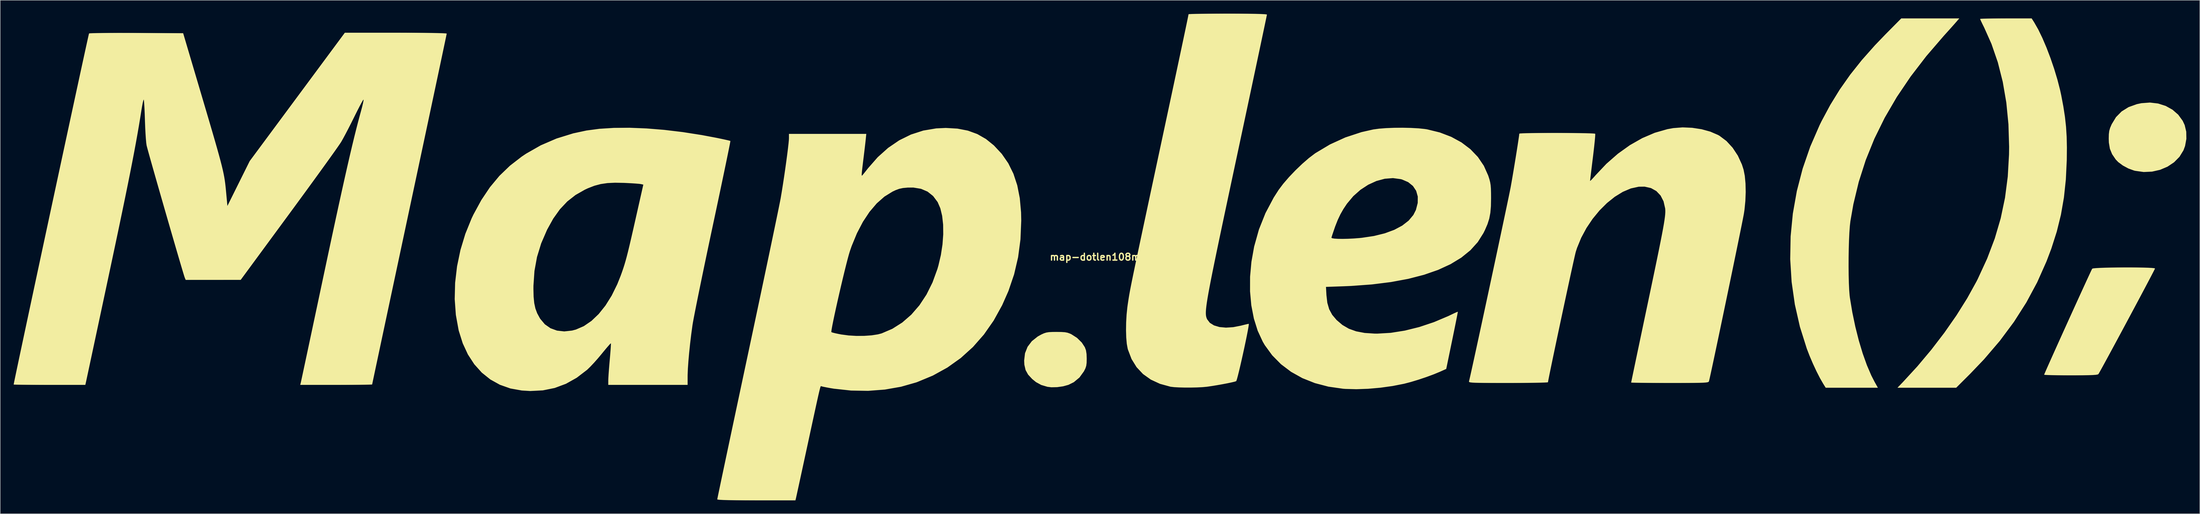
<source format=kicad_pcb>
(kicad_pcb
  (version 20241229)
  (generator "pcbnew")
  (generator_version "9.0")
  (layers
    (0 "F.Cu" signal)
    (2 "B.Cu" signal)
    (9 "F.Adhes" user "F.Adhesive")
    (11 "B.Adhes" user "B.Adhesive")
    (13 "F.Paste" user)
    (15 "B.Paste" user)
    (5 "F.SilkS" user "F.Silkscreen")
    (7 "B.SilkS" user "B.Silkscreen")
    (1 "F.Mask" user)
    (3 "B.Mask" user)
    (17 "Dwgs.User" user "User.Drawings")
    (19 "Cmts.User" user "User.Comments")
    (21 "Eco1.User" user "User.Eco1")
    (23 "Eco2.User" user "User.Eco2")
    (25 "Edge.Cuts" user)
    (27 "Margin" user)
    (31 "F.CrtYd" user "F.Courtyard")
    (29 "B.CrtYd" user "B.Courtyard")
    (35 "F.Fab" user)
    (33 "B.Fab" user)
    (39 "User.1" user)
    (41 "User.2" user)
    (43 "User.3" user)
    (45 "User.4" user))
  (footprint "map-dotlen108mm"
    (layer "F.Cu")
    (at 242.474 54.429)
    (property "Reference" "map-dotlen108mm" (at 0 0 0) (layer "F.SilkS") (effects (font (size 1.524 1.524) (thickness 0.3))))
    (attr board_only exclude_from_pos_files exclude_from_bom)
    (fp_poly (pts (xy 236.326 -34.328) (xy 238.024 -33.787) (xy 239.541 -32.945) (xy 240.823 -31.831) (xy 241.816 -30.472) (xy 242.266 -29.508) (xy 242.617 -28.031) (xy 242.644 -26.424) (xy 242.353 -24.827) (xy 241.996 -23.86) (xy 241.106 -22.41) (xy 239.898 -21.184) (xy 238.434 -20.205) (xy 236.774 -19.5) (xy 234.978 -19.093) (xy 233.108 -19.007) (xy 231.222 -19.27) (xy 230.948 -19.339) (xy 229.694 -19.795) (xy 228.474 -20.453) (xy 227.432 -21.224) (xy 226.867 -21.808) (xy 226.06 -22.999) (xy 225.566 -24.209) (xy 225.338 -25.579) (xy 225.308 -26.47) (xy 225.331 -27.458) (xy 225.421 -28.199) (xy 225.615 -28.871) (xy 225.95 -29.654) (xy 225.974 -29.704) (xy 226.931 -31.282) (xy 228.186 -32.554) (xy 229.737 -33.522) (xy 231.589 -34.187) (xy 232.599 -34.401) (xy 234.499 -34.542)) (stroke (width 0) (type solid)) (fill yes) (layer "F.SilkS"))
    (fp_poly (pts (xy -8.532 16.771) (xy -7.763 16.823) (xy -7.177 16.933) (xy -6.65 17.121) (xy -6.306 17.282) (xy -5.043 18.092) (xy -3.982 19.139) (xy -3.304 20.178) (xy -3.052 20.86) (xy -2.92 21.707) (xy -2.884 22.732) (xy -2.903 23.665) (xy -2.99 24.339) (xy -3.179 24.919) (xy -3.509 25.573) (xy -3.515 25.583) (xy -4.501 26.948) (xy -5.759 27.995) (xy -6.963 28.593) (xy -8.154 28.923) (xy -9.491 29.11) (xy -10.784 29.138) (xy -11.653 29.034) (xy -13.039 28.622) (xy -14.208 27.983) (xy -15.067 27.284) (xy -15.974 26.301) (xy -16.535 25.284) (xy -16.807 24.103) (xy -16.855 23.159) (xy -16.664 21.529) (xy -16.088 20.08) (xy -15.138 18.826) (xy -13.82 17.779) (xy -13.02 17.334) (xy -12.435 17.067) (xy -11.903 16.897) (xy -11.3 16.803) (xy -10.499 16.764) (xy -9.605 16.757)) (stroke (width 0) (type solid)) (fill yes) (layer "F.SilkS"))
    (fp_poly (pts (xy 191.221 -52.525) (xy 190.805 -52.05) (xy 190.18 -51.348) (xy 189.428 -50.508) (xy 188.627 -49.62) (xy 188.503 -49.484) (xy 184.584 -44.926) (xy 181.083 -40.362) (xy 177.988 -35.775) (xy 175.292 -31.144) (xy 172.984 -26.451) (xy 171.054 -21.677) (xy 169.494 -16.801) (xy 168.293 -11.807) (xy 167.627 -8.004) (xy 167.501 -6.887) (xy 167.398 -5.435) (xy 167.318 -3.728) (xy 167.262 -1.846) (xy 167.23 0.129) (xy 167.223 2.119) (xy 167.241 4.042) (xy 167.286 5.818) (xy 167.357 7.367) (xy 167.454 8.609) (xy 167.511 9.071) (xy 168.056 12.364) (xy 168.727 15.584) (xy 169.504 18.67) (xy 170.371 21.56) (xy 171.309 24.192) (xy 172.299 26.503) (xy 173.02 27.908) (xy 173.765 29.242) (xy 167.939 29.242) (xy 162.112 29.241) (xy 161.547 28.334) (xy 160.828 27.081) (xy 160.044 25.542) (xy 159.252 23.838) (xy 158.508 22.093) (xy 157.891 20.49) (xy 156.353 15.6) (xy 155.225 10.62) (xy 154.505 5.575) (xy 154.191 0.489) (xy 154.282 -4.612) (xy 154.776 -9.705) (xy 155.671 -14.764) (xy 156.967 -19.765) (xy 158.661 -24.682) (xy 160.751 -29.492) (xy 161.205 -30.416) (xy 163.134 -34.014) (xy 165.24 -37.44) (xy 167.571 -40.76) (xy 170.174 -44.038) (xy 173.099 -47.341) (xy 175.447 -49.786) (xy 178.983 -53.361) (xy 191.943 -53.361)) (stroke (width 0) (type solid)) (fill yes) (layer "F.SilkS"))
    (fp_poly (pts (xy 208.679 -52.454) (xy 209.573 -50.884) (xy 210.497 -48.976) (xy 211.418 -46.815) (xy 212.305 -44.485) (xy 213.128 -42.072) (xy 213.853 -39.66) (xy 214.451 -37.334) (xy 214.702 -36.179) (xy 215.178 -33.653) (xy 215.533 -31.347) (xy 215.775 -29.132) (xy 215.917 -26.883) (xy 215.969 -24.472) (xy 215.942 -21.771) (xy 215.94 -21.665) (xy 215.735 -17.352) (xy 215.307 -13.316) (xy 214.638 -9.458) (xy 213.707 -5.678) (xy 212.495 -1.879) (xy 211.407 0.998) (xy 209.334 5.661) (xy 206.921 10.156) (xy 204.15 14.508) (xy 201.003 18.744) (xy 197.464 22.889) (xy 194.401 26.094) (xy 191.25 29.242) (xy 178.134 29.242) (xy 179.316 28.015) (xy 182.576 24.465) (xy 185.693 20.746) (xy 188.618 16.924) (xy 191.304 13.065) (xy 193.703 9.235) (xy 195.766 5.5) (xy 196.065 4.909) (xy 198.162 0.355) (xy 199.865 -4.147) (xy 201.189 -8.66) (xy 202.151 -13.25) (xy 202.764 -17.98) (xy 203.044 -22.915) (xy 203.066 -24.653) (xy 202.915 -29.698) (xy 202.441 -34.543) (xy 201.648 -39.166) (xy 200.542 -43.548) (xy 199.124 -47.667) (xy 197.516 -51.276) (xy 197.118 -52.081) (xy 196.805 -52.736) (xy 196.618 -53.152) (xy 196.583 -53.25) (xy 196.787 -53.28) (xy 197.364 -53.306) (xy 198.257 -53.328) (xy 199.412 -53.346) (xy 200.773 -53.357) (xy 202.287 -53.361) (xy 202.344 -53.361) (xy 208.104 -53.361)) (stroke (width 0) (type solid)) (fill yes) (layer "F.SilkS"))
    (fp_poly (pts (xy 230.282 2.332) (xy 231.699 2.344) (xy 232.987 2.367) (xy 234.086 2.401) (xy 234.936 2.447) (xy 235.475 2.505) (xy 235.644 2.567) (xy 235.546 2.785) (xy 235.266 3.338) (xy 234.825 4.189) (xy 234.244 5.297) (xy 233.544 6.625) (xy 232.746 8.131) (xy 231.871 9.778) (xy 230.939 11.526) (xy 229.973 13.335) (xy 228.993 15.167) (xy 228.019 16.982) (xy 227.074 18.742) (xy 226.177 20.406) (xy 225.351 21.936) (xy 224.615 23.292) (xy 223.991 24.436) (xy 223.5 25.327) (xy 223.163 25.927) (xy 223 26.197) (xy 222.997 26.2) (xy 222.822 26.284) (xy 222.421 26.35) (xy 221.757 26.4) (xy 220.794 26.434) (xy 219.495 26.456) (xy 217.825 26.466) (xy 216.834 26.467) (xy 215.29 26.463) (xy 213.895 26.449) (xy 212.704 26.429) (xy 211.769 26.402) (xy 211.146 26.371) (xy 210.888 26.336) (xy 210.884 26.331) (xy 210.97 26.11) (xy 211.214 25.542) (xy 211.598 24.668) (xy 212.104 23.53) (xy 212.713 22.167) (xy 213.406 20.622) (xy 214.165 18.935) (xy 214.971 17.147) (xy 215.806 15.3) (xy 216.65 13.435) (xy 217.486 11.593) (xy 218.294 9.815) (xy 219.056 8.142) (xy 219.754 6.615) (xy 220.368 5.275) (xy 220.881 4.164) (xy 221.273 3.322) (xy 221.526 2.791) (xy 221.618 2.615) (xy 221.874 2.545) (xy 222.488 2.484) (xy 223.399 2.434) (xy 224.546 2.393) (xy 225.869 2.362) (xy 227.306 2.342) (xy 228.797 2.332)) (stroke (width 0) (type solid)) (fill yes) (layer "F.SilkS"))
    (fp_poly (pts (xy 31.031 -54.423) (xy 33.078 -54.408) (xy 34.736 -54.383) (xy 35.996 -54.347) (xy 36.85 -54.302) (xy 37.29 -54.248) (xy 37.353 -54.215) (xy 37.309 -53.985) (xy 37.181 -53.361) (xy 36.974 -52.365) (xy 36.692 -51.02) (xy 36.34 -49.35) (xy 35.924 -47.376) (xy 35.447 -45.123) (xy 34.915 -42.612) (xy 34.333 -39.867) (xy 33.706 -36.91) (xy 33.038 -33.766) (xy 32.334 -30.455) (xy 31.599 -27.002) (xy 30.838 -23.43) (xy 30.61 -22.358) (xy 29.66 -17.899) (xy 28.796 -13.838) (xy 28.014 -10.155) (xy 27.311 -6.83) (xy 26.683 -3.845) (xy 26.127 -1.179) (xy 25.639 1.187) (xy 25.215 3.273) (xy 24.852 5.098) (xy 24.547 6.683) (xy 24.295 8.046) (xy 24.093 9.207) (xy 23.938 10.186) (xy 23.827 11.003) (xy 23.754 11.676) (xy 23.718 12.226) (xy 23.714 12.673) (xy 23.738 13.035) (xy 23.788 13.333) (xy 23.86 13.586) (xy 23.949 13.813) (xy 24.005 13.935) (xy 24.609 14.724) (xy 25.54 15.304) (xy 26.753 15.665) (xy 28.197 15.797) (xy 29.825 15.692) (xy 31.483 15.368) (xy 32.278 15.169) (xy 32.907 15.019) (xy 33.261 14.945) (xy 33.296 14.941) (xy 33.302 15.139) (xy 33.224 15.69) (xy 33.073 16.535) (xy 32.863 17.613) (xy 32.608 18.861) (xy 32.321 20.22) (xy 32.015 21.628) (xy 31.704 23.024) (xy 31.401 24.348) (xy 31.119 25.538) (xy 30.871 26.532) (xy 30.672 27.271) (xy 30.534 27.694) (xy 30.491 27.768) (xy 30.162 27.879) (xy 29.498 28.039) (xy 28.586 28.231) (xy 27.512 28.438) (xy 26.362 28.644) (xy 25.224 28.832) (xy 24.184 28.987) (xy 23.906 29.024) (xy 22.925 29.114) (xy 21.704 29.174) (xy 20.355 29.203) (xy 18.985 29.202) (xy 17.705 29.17) (xy 16.623 29.109) (xy 15.851 29.017) (xy 15.81 29.01) (xy 13.475 28.369) (xy 11.431 27.423) (xy 9.686 26.178) (xy 8.248 24.643) (xy 7.125 22.824) (xy 6.324 20.728) (xy 6.259 20.491) (xy 6.062 19.419) (xy 5.94 18.025) (xy 5.891 16.408) (xy 5.917 14.667) (xy 6.017 12.899) (xy 6.191 11.205) (xy 6.265 10.672) (xy 6.336 10.199) (xy 6.402 9.761) (xy 6.467 9.339) (xy 6.536 8.912) (xy 6.612 8.461) (xy 6.7 7.964) (xy 6.804 7.403) (xy 6.928 6.757) (xy 7.076 6.006) (xy 7.252 5.13) (xy 7.461 4.109) (xy 7.707 2.922) (xy 7.993 1.551) (xy 8.325 -0.026) (xy 8.706 -1.828) (xy 9.14 -3.875) (xy 9.631 -6.188) (xy 10.185 -8.786) (xy 10.804 -11.69) (xy 11.493 -14.92) (xy 12.257 -18.495) (xy 13.098 -22.436) (xy 14.023 -26.762) (xy 14.598 -29.455) (xy 15.473 -33.555) (xy 16.274 -37.307) (xy 16.997 -40.704) (xy 17.642 -43.739) (xy 18.208 -46.406) (xy 18.693 -48.698) (xy 19.095 -50.607) (xy 19.413 -52.128) (xy 19.646 -53.252) (xy 19.792 -53.975) (xy 19.849 -54.287) (xy 19.85 -54.298) (xy 20.056 -54.326) (xy 20.645 -54.352) (xy 21.571 -54.376) (xy 22.789 -54.395) (xy 24.257 -54.411) (xy 25.928 -54.422) (xy 27.758 -54.428) (xy 28.602 -54.429)) (stroke (width 0) (type solid)) (fill yes) (layer "F.SilkS"))
    (fp_poly (pts (xy 69.5 -28.87) (xy 71.19 -28.776) (xy 72.619 -28.626) (xy 73.134 -28.544) (xy 75.951 -27.852) (xy 78.512 -26.872) (xy 80.797 -25.621) (xy 82.785 -24.114) (xy 84.455 -22.367) (xy 85.787 -20.397) (xy 86.758 -18.22) (xy 86.799 -18.098) (xy 87.034 -17.362) (xy 87.197 -16.721) (xy 87.302 -16.07) (xy 87.363 -15.301) (xy 87.39 -14.308) (xy 87.398 -13.127) (xy 87.365 -11.353) (xy 87.238 -9.877) (xy 86.991 -8.578) (xy 86.595 -7.332) (xy 86.026 -6.016) (xy 85.694 -5.345) (xy 84.431 -3.337) (xy 82.784 -1.509) (xy 80.756 0.138) (xy 78.351 1.603) (xy 75.574 2.883) (xy 72.427 3.977) (xy 68.914 4.885) (xy 65.038 5.604) (xy 60.805 6.134) (xy 56.216 6.472) (xy 54.457 6.547) (xy 50.538 6.685) (xy 50.638 8.519) (xy 50.837 10.248) (xy 51.254 11.687) (xy 51.928 12.933) (xy 52.899 14.086) (xy 52.916 14.103) (xy 54.212 15.207) (xy 55.648 16.043) (xy 57.282 16.629) (xy 59.17 16.986) (xy 61.37 17.131) (xy 62.006 17.137) (xy 64.982 16.963) (xy 68.132 16.464) (xy 71.378 15.659) (xy 74.643 14.568) (xy 77.851 13.21) (xy 78.439 12.928) (xy 79.147 12.589) (xy 79.685 12.347) (xy 79.96 12.242) (xy 79.976 12.242) (xy 79.945 12.454) (xy 79.838 13.033) (xy 79.664 13.927) (xy 79.433 15.086) (xy 79.155 16.458) (xy 78.841 17.993) (xy 78.704 18.66) (xy 77.388 25.033) (xy 75.994 25.66) (xy 74.595 26.24) (xy 72.936 26.852) (xy 71.176 27.443) (xy 69.473 27.959) (xy 67.985 28.348) (xy 67.982 28.348) (xy 65.412 28.854) (xy 62.688 29.233) (xy 59.938 29.475) (xy 57.29 29.568) (xy 54.872 29.503) (xy 54.311 29.46) (xy 51.079 28.998) (xy 48.059 28.205) (xy 45.273 27.096) (xy 42.741 25.681) (xy 40.485 23.973) (xy 38.525 21.984) (xy 36.881 19.727) (xy 36.42 18.94) (xy 35.29 16.495) (xy 34.437 13.771) (xy 33.866 10.818) (xy 33.582 7.684) (xy 33.589 4.419) (xy 33.891 1.072) (xy 34.493 -2.308) (xy 34.498 -2.331) (xy 35.055 -4.322) (xy 51.751 -4.322) (xy 51.908 -4.2) (xy 52.424 -4.114) (xy 53.229 -4.065) (xy 54.257 -4.052) (xy 55.441 -4.077) (xy 56.712 -4.139) (xy 58.002 -4.239) (xy 58.529 -4.292) (xy 61.247 -4.698) (xy 63.671 -5.296) (xy 65.782 -6.074) (xy 67.561 -7.023) (xy 68.988 -8.133) (xy 70.044 -9.395) (xy 70.618 -10.527) (xy 71.021 -12.088) (xy 71.034 -13.523) (xy 70.673 -14.799) (xy 69.955 -15.882) (xy 68.896 -16.739) (xy 67.512 -17.338) (xy 67.241 -17.412) (xy 65.487 -17.647) (xy 63.656 -17.501) (xy 61.8 -16.999) (xy 59.977 -16.167) (xy 58.239 -15.031) (xy 56.643 -13.614) (xy 55.242 -11.943) (xy 55.197 -11.879) (xy 54.424 -10.719) (xy 53.758 -9.548) (xy 53.156 -8.271) (xy 52.575 -6.794) (xy 51.973 -5.024) (xy 51.751 -4.322) (xy 35.055 -4.322) (xy 35.567 -6.153) (xy 37.024 -9.812) (xy 38.86 -13.282) (xy 39.974 -15.024) (xy 40.998 -16.385) (xy 42.281 -17.872) (xy 43.729 -19.391) (xy 45.246 -20.845) (xy 46.734 -22.138) (xy 48.097 -23.173) (xy 48.187 -23.234) (xy 51.432 -25.175) (xy 54.873 -26.747) (xy 58.466 -27.93) (xy 61.102 -28.527) (xy 62.397 -28.704) (xy 63.998 -28.827) (xy 65.791 -28.896) (xy 67.662 -28.91)) (stroke (width 0) (type solid)) (fill yes) (layer "F.SilkS"))
    (fp_poly (pts (xy -101.156 -28.753) (xy -97.188 -28.429) (xy -93.066 -27.934) (xy -88.838 -27.271) (xy -85.609 -26.662) (xy -84.519 -26.437) (xy -83.586 -26.236) (xy -82.887 -26.076) (xy -82.497 -25.973) (xy -82.443 -25.951) (xy -82.474 -25.734) (xy -82.588 -25.13) (xy -82.779 -24.166) (xy -83.042 -22.874) (xy -83.369 -21.281) (xy -83.755 -19.418) (xy -84.195 -17.315) (xy -84.68 -15) (xy -85.207 -12.502) (xy -85.768 -9.852) (xy -86.358 -7.079) (xy -86.418 -6.795) (xy -87.026 -3.932) (xy -87.616 -1.133) (xy -88.18 1.567) (xy -88.712 4.131) (xy -89.204 6.524) (xy -89.65 8.711) (xy -90.041 10.656) (xy -90.37 12.323) (xy -90.631 13.676) (xy -90.816 14.68) (xy -90.911 15.261) (xy -91.19 17.317) (xy -91.44 19.404) (xy -91.653 21.438) (xy -91.821 23.333) (xy -91.937 25.004) (xy -91.992 26.366) (xy -91.995 26.711) (xy -91.995 28.602) (xy -109.711 28.602) (xy -109.711 27.615) (xy -109.691 27.069) (xy -109.638 26.194) (xy -109.556 25.087) (xy -109.454 23.843) (xy -109.38 23.001) (xy -109.276 21.806) (xy -109.194 20.768) (xy -109.14 19.957) (xy -109.118 19.444) (xy -109.126 19.297) (xy -109.28 19.426) (xy -109.65 19.833) (xy -110.189 20.462) (xy -110.847 21.257) (xy -111.171 21.656) (xy -112.003 22.652) (xy -112.877 23.639) (xy -113.7 24.514) (xy -114.374 25.173) (xy -114.466 25.254) (xy -116.757 27.009) (xy -119.152 28.354) (xy -121.668 29.292) (xy -124.321 29.831) (xy -127.129 29.974) (xy -129.028 29.86) (xy -131.569 29.404) (xy -133.914 28.575) (xy -136.048 27.388) (xy -137.958 25.854) (xy -139.631 23.987) (xy -141.052 21.8) (xy -142.207 19.307) (xy -143.084 16.52) (xy -143.13 16.333) (xy -143.741 12.96) (xy -143.998 9.422) (xy -143.941 7.15) (xy -126.423 7.15) (xy -126.38 8.895) (xy -126.24 10.317) (xy -125.982 11.515) (xy -125.583 12.586) (xy -125.02 13.628) (xy -124.882 13.849) (xy -123.868 15.056) (xy -122.612 15.933) (xy -121.154 16.466) (xy -119.537 16.644) (xy -117.802 16.454) (xy -116.937 16.227) (xy -115.17 15.462) (xy -113.468 14.296) (xy -111.851 12.753) (xy -110.338 10.857) (xy -108.95 8.633) (xy -107.707 6.104) (xy -106.946 4.202) (xy -106.64 3.353) (xy -106.366 2.553) (xy -106.109 1.752) (xy -105.857 0.897) (xy -105.595 -0.062) (xy -105.311 -1.178) (xy -104.99 -2.502) (xy -104.62 -4.086) (xy -104.186 -5.982) (xy -103.676 -8.24) (xy -103.649 -8.36) (xy -101.885 -16.186) (xy -102.436 -16.311) (xy -102.84 -16.365) (xy -103.579 -16.426) (xy -104.562 -16.491) (xy -105.696 -16.551) (xy -106.189 -16.573) (xy -108.2 -16.613) (xy -109.903 -16.532) (xy -111.405 -16.313) (xy -112.812 -15.936) (xy -114.232 -15.384) (xy -114.94 -15.056) (xy -117.016 -13.871) (xy -118.861 -12.422) (xy -120.51 -10.67) (xy -122 -8.578) (xy -123.367 -6.107) (xy -123.378 -6.083) (xy -124.692 -3.04) (xy -125.623 -0.001) (xy -126.191 3.123) (xy -126.417 6.424) (xy -126.423 7.15) (xy -143.941 7.15) (xy -143.907 5.779) (xy -143.476 2.091) (xy -142.713 -1.583) (xy -141.625 -5.181) (xy -140.221 -8.645) (xy -139.814 -9.498) (xy -138.055 -12.733) (xy -136.136 -15.602) (xy -134.019 -18.149) (xy -131.665 -20.418) (xy -129.039 -22.452) (xy -128.067 -23.105) (xy -124.785 -24.978) (xy -121.27 -26.496) (xy -117.532 -27.655) (xy -114.572 -28.29) (xy -111.68 -28.675) (xy -108.449 -28.878) (xy -104.925 -28.904)) (stroke (width 0) (type solid)) (fill yes) (layer "F.SilkS"))
    (fp_poly (pts (xy -31.758 -28.716) (xy -29.423 -28.264) (xy -27.313 -27.494) (xy -25.381 -26.387) (xy -23.611 -24.956) (xy -21.847 -23.062) (xy -20.394 -20.957) (xy -19.245 -18.621) (xy -18.392 -16.03) (xy -17.828 -13.162) (xy -17.543 -9.996) (xy -17.503 -8.131) (xy -17.675 -3.943) (xy -18.202 0.042) (xy -19.094 3.877) (xy -20.364 7.613) (xy -21.762 10.779) (xy -23.661 14.221) (xy -25.837 17.339) (xy -28.285 20.13) (xy -31.004 22.593) (xy -33.99 24.723) (xy -37.24 26.519) (xy -40.751 27.978) (xy -40.95 28.048) (xy -44.352 29.019) (xy -47.953 29.65) (xy -51.693 29.935) (xy -55.508 29.871) (xy -59.337 29.454) (xy -60.024 29.341) (xy -60.897 29.182) (xy -61.606 29.041) (xy -62.049 28.937) (xy -62.14 28.905) (xy -62.184 28.877) (xy -62.225 28.872) (xy -62.272 28.92) (xy -62.33 29.052) (xy -62.407 29.298) (xy -62.51 29.689) (xy -62.647 30.255) (xy -62.824 31.027) (xy -63.049 32.035) (xy -63.329 33.31) (xy -63.671 34.882) (xy -64.083 36.782) (xy -64.571 39.04) (xy -65.105 41.515) (xy -65.582 43.723) (xy -66.035 45.815) (xy -66.454 47.753) (xy -66.832 49.498) (xy -67.161 51.01) (xy -67.431 52.251) (xy -67.634 53.182) (xy -67.762 53.764) (xy -67.804 53.948) (xy -67.922 54.429) (xy -76.65 54.429) (xy -79.116 54.424) (xy -81.162 54.409) (xy -82.795 54.384) (xy -84.024 54.349) (xy -84.856 54.304) (xy -85.297 54.248) (xy -85.378 54.205) (xy -85.334 53.974) (xy -85.207 53.349) (xy -85 52.352) (xy -84.718 51.005) (xy -84.367 49.332) (xy -83.95 47.355) (xy -83.474 45.098) (xy -82.942 42.582) (xy -82.36 39.83) (xy -81.732 36.867) (xy -81.064 33.713) (xy -80.359 30.392) (xy -79.623 26.926) (xy -78.861 23.339) (xy -78.559 21.921) (xy -77.777 18.239) (xy -77.445 16.676) (xy -59.906 16.676) (xy -59.898 16.8) (xy -59.631 16.904) (xy -59.043 17.054) (xy -58.232 17.226) (xy -57.671 17.332) (xy -56.058 17.547) (xy -54.317 17.648) (xy -52.564 17.638) (xy -50.914 17.521) (xy -49.482 17.299) (xy -48.666 17.082) (xy -46.282 16.058) (xy -44.072 14.656) (xy -42.054 12.899) (xy -40.244 10.806) (xy -38.658 8.396) (xy -37.315 5.691) (xy -36.231 2.71) (xy -36.001 1.921) (xy -35.447 -0.444) (xy -35.087 -2.8) (xy -34.92 -5.085) (xy -34.945 -7.235) (xy -35.161 -9.191) (xy -35.568 -10.889) (xy -36.165 -12.268) (xy -36.184 -12.301) (xy -37.186 -13.639) (xy -38.419 -14.622) (xy -39.887 -15.252) (xy -41.595 -15.531) (xy -42.859 -15.525) (xy -43.908 -15.427) (xy -44.744 -15.251) (xy -45.578 -14.94) (xy -46.249 -14.623) (xy -48.054 -13.505) (xy -49.768 -11.99) (xy -51.373 -10.103) (xy -52.853 -7.868) (xy -54.19 -5.307) (xy -55.368 -2.446) (xy -55.777 -1.263) (xy -55.994 -0.541) (xy -56.27 0.473) (xy -56.593 1.729) (xy -56.952 3.174) (xy -57.335 4.757) (xy -57.73 6.426) (xy -58.125 8.13) (xy -58.509 9.816) (xy -58.869 11.434) (xy -59.194 12.931) (xy -59.472 14.255) (xy -59.691 15.355) (xy -59.839 16.179) (xy -59.906 16.676) (xy -77.445 16.676) (xy -77.013 14.635) (xy -76.272 11.137) (xy -75.561 7.768) (xy -74.884 4.555) (xy -74.247 1.524) (xy -73.654 -1.301) (xy -73.113 -3.893) (xy -72.627 -6.227) (xy -72.202 -8.277) (xy -71.843 -10.019) (xy -71.557 -11.426) (xy -71.347 -12.473) (xy -71.22 -13.134) (xy -71.203 -13.234) (xy -70.959 -14.683) (xy -70.705 -16.284) (xy -70.449 -17.97) (xy -70.201 -19.675) (xy -69.969 -21.334) (xy -69.763 -22.882) (xy -69.591 -24.252) (xy -69.463 -25.38) (xy -69.387 -26.199) (xy -69.37 -26.56) (xy -69.37 -27.534) (xy -52.101 -27.534) (xy -52.214 -26.414) (xy -52.286 -25.743) (xy -52.396 -24.786) (xy -52.528 -23.678) (xy -52.643 -22.732) (xy -52.831 -21.203) (xy -52.97 -20.05) (xy -53.063 -19.222) (xy -53.113 -18.672) (xy -53.126 -18.352) (xy -53.105 -18.211) (xy -53.054 -18.202) (xy -53 -18.25) (xy -52.78 -18.51) (xy -52.375 -19.012) (xy -51.863 -19.659) (xy -51.713 -19.85) (xy -49.547 -22.324) (xy -47.223 -24.407) (xy -44.749 -26.096) (xy -42.13 -27.387) (xy -39.374 -28.279) (xy -36.485 -28.766) (xy -34.365 -28.865)) (stroke (width 0) (type solid)) (fill yes) (layer "F.SilkS"))
    (fp_poly (pts (xy 132.292 -28.899) (xy 134.396 -28.575) (xy 136.353 -28.036) (xy 138.056 -27.3) (xy 138.423 -27.092) (xy 139.96 -25.934) (xy 141.336 -24.434) (xy 142.501 -22.663) (xy 143.406 -20.692) (xy 143.779 -19.53) (xy 144.052 -18.132) (xy 144.21 -16.431) (xy 144.253 -14.537) (xy 144.178 -12.558) (xy 143.986 -10.602) (xy 143.866 -9.795) (xy 143.771 -9.268) (xy 143.598 -8.378) (xy 143.356 -7.161) (xy 143.052 -5.655) (xy 142.695 -3.898) (xy 142.293 -1.927) (xy 141.852 0.219) (xy 141.382 2.503) (xy 140.889 4.887) (xy 140.382 7.334) (xy 139.868 9.805) (xy 139.356 12.264) (xy 138.854 14.671) (xy 138.368 16.99) (xy 137.907 19.183) (xy 137.479 21.212) (xy 137.092 23.039) (xy 136.753 24.627) (xy 136.47 25.937) (xy 136.252 26.933) (xy 136.105 27.575) (xy 136.048 27.801) (xy 135.997 27.894) (xy 135.877 27.971) (xy 135.652 28.032) (xy 135.28 28.079) (xy 134.725 28.115) (xy 133.945 28.141) (xy 132.903 28.158) (xy 131.56 28.168) (xy 129.876 28.173) (xy 127.813 28.175) (xy 127.306 28.175) (xy 125.433 28.172) (xy 123.701 28.166) (xy 122.153 28.155) (xy 120.835 28.142) (xy 119.791 28.125) (xy 119.067 28.106) (xy 118.707 28.086) (xy 118.676 28.077) (xy 118.719 27.858) (xy 118.843 27.253) (xy 119.042 26.294) (xy 119.309 25.014) (xy 119.637 23.444) (xy 120.019 21.617) (xy 120.45 19.564) (xy 120.922 17.317) (xy 121.428 14.909) (xy 121.961 12.372) (xy 122.081 11.802) (xy 122.808 8.349) (xy 123.449 5.287) (xy 124.011 2.59) (xy 124.498 0.233) (xy 124.915 -1.81) (xy 125.266 -3.566) (xy 125.557 -5.061) (xy 125.793 -6.321) (xy 125.977 -7.371) (xy 126.115 -8.238) (xy 126.212 -8.948) (xy 126.273 -9.526) (xy 126.301 -9.999) (xy 126.303 -10.393) (xy 126.283 -10.733) (xy 126.269 -10.869) (xy 125.907 -12.453) (xy 125.242 -13.753) (xy 124.298 -14.748) (xy 123.103 -15.416) (xy 121.684 -15.735) (xy 120.367 -15.72) (xy 118.608 -15.336) (xy 116.814 -14.572) (xy 115.025 -13.47) (xy 113.279 -12.07) (xy 111.618 -10.412) (xy 110.079 -8.538) (xy 108.702 -6.488) (xy 107.526 -4.304) (xy 106.592 -2.025) (xy 106.317 -1.174) (xy 106.22 -0.789) (xy 106.047 -0.04) (xy 105.807 1.032) (xy 105.509 2.383) (xy 105.161 3.973) (xy 104.774 5.76) (xy 104.355 7.702) (xy 103.914 9.757) (xy 103.46 11.883) (xy 103 14.038) (xy 102.545 16.181) (xy 102.103 18.27) (xy 101.684 20.263) (xy 101.295 22.119) (xy 100.946 23.795) (xy 100.646 25.249) (xy 100.403 26.44) (xy 100.227 27.327) (xy 100.127 27.866) (xy 100.106 28.014) (xy 99.9 28.049) (xy 99.311 28.08) (xy 98.384 28.109) (xy 97.164 28.133) (xy 95.693 28.153) (xy 94.018 28.167) (xy 92.181 28.174) (xy 91.234 28.175) (xy 89.053 28.174) (xy 87.263 28.17) (xy 85.824 28.162) (xy 84.7 28.148) (xy 83.853 28.127) (xy 83.246 28.096) (xy 82.84 28.054) (xy 82.6 28) (xy 82.486 27.932) (xy 82.463 27.849) (xy 82.473 27.801) (xy 82.558 27.457) (xy 82.724 26.73) (xy 82.963 25.655) (xy 83.269 24.267) (xy 83.633 22.6) (xy 84.049 20.689) (xy 84.508 18.569) (xy 85.004 16.274) (xy 85.529 13.84) (xy 86.075 11.3) (xy 86.635 8.691) (xy 87.201 6.046) (xy 87.767 3.4) (xy 88.325 0.788) (xy 88.867 -1.755) (xy 89.385 -4.195) (xy 89.873 -6.496) (xy 90.323 -8.625) (xy 90.728 -10.546) (xy 91.079 -12.224) (xy 91.371 -13.625) (xy 91.594 -14.715) (xy 91.742 -15.457) (xy 91.781 -15.661) (xy 91.961 -16.668) (xy 92.172 -17.889) (xy 92.403 -19.259) (xy 92.643 -20.71) (xy 92.883 -22.177) (xy 93.11 -23.594) (xy 93.315 -24.894) (xy 93.486 -26.012) (xy 93.614 -26.881) (xy 93.687 -27.434) (xy 93.701 -27.588) (xy 93.905 -27.629) (xy 94.482 -27.663) (xy 95.374 -27.691) (xy 96.527 -27.714) (xy 97.886 -27.73) (xy 99.396 -27.74) (xy 101 -27.745) (xy 102.644 -27.744) (xy 104.272 -27.737) (xy 105.829 -27.724) (xy 107.26 -27.706) (xy 108.509 -27.683) (xy 109.522 -27.654) (xy 110.242 -27.619) (xy 110.614 -27.58) (xy 110.653 -27.564) (xy 110.66 -27.309) (xy 110.617 -26.691) (xy 110.532 -25.771) (xy 110.409 -24.61) (xy 110.255 -23.267) (xy 110.136 -22.281) (xy 109.959 -20.851) (xy 109.802 -19.561) (xy 109.67 -18.474) (xy 109.572 -17.648) (xy 109.514 -17.144) (xy 109.501 -17.017) (xy 109.627 -17.092) (xy 109.966 -17.431) (xy 110.458 -17.972) (xy 110.744 -18.3) (xy 113.154 -20.851) (xy 115.716 -23.097) (xy 118.396 -25.016) (xy 121.157 -26.587) (xy 123.963 -27.787) (xy 126.778 -28.594) (xy 128.084 -28.83) (xy 130.152 -28.991)) (stroke (width 0) (type solid)) (fill yes) (layer "F.SilkS"))
    (fp_poly (pts (xy -154.83 -50.156) (xy -152.698 -50.146) (xy -150.793 -50.13) (xy -149.146 -50.108) (xy -147.79 -50.081) (xy -146.757 -50.05) (xy -146.08 -50.014) (xy -145.792 -49.976) (xy -145.783 -49.968) (xy -145.827 -49.742) (xy -145.955 -49.12) (xy -146.164 -48.122) (xy -146.449 -46.767) (xy -146.805 -45.077) (xy -147.228 -43.073) (xy -147.714 -40.774) (xy -148.259 -38.202) (xy -148.858 -35.377) (xy -149.507 -32.319) (xy -150.201 -29.049) (xy -150.936 -25.588) (xy -151.708 -21.956) (xy -152.512 -18.173) (xy -153.345 -14.261) (xy -154.108 -10.678) (xy -154.961 -6.669) (xy -155.79 -2.772) (xy -156.591 0.991) (xy -157.359 4.602) (xy -158.09 8.038) (xy -158.779 11.28) (xy -159.423 14.308) (xy -160.016 17.1) (xy -160.555 19.636) (xy -161.034 21.897) (xy -161.451 23.86) (xy -161.8 25.506) (xy -162.076 26.815) (xy -162.277 27.765) (xy -162.397 28.337) (xy -162.432 28.511) (xy -162.638 28.531) (xy -163.224 28.55) (xy -164.143 28.567) (xy -165.35 28.581) (xy -166.797 28.592) (xy -168.438 28.599) (xy -170.227 28.602) (xy -170.459 28.602) (xy -178.487 28.602) (xy -178.367 28.121) (xy -178.307 27.852) (xy -178.165 27.193) (xy -177.946 26.17) (xy -177.657 24.812) (xy -177.301 23.144) (xy -176.887 21.195) (xy -176.418 18.992) (xy -175.902 16.562) (xy -175.344 13.932) (xy -174.749 11.129) (xy -174.124 8.18) (xy -173.474 5.114) (xy -173.318 4.376) (xy -172.343 -0.215) (xy -171.447 -4.412) (xy -170.624 -8.24) (xy -169.868 -11.726) (xy -169.173 -14.893) (xy -168.534 -17.768) (xy -167.946 -20.374) (xy -167.402 -22.738) (xy -166.897 -24.884) (xy -166.425 -26.837) (xy -165.98 -28.623) (xy -165.557 -30.266) (xy -165.15 -31.792) (xy -164.927 -32.604) (xy -164.667 -33.585) (xy -164.473 -34.398) (xy -164.364 -34.967) (xy -164.354 -35.214) (xy -164.363 -35.218) (xy -164.501 -35.036) (xy -164.793 -34.525) (xy -165.21 -33.745) (xy -165.721 -32.751) (xy -166.295 -31.602) (xy -166.432 -31.323) (xy -167.088 -30.003) (xy -167.756 -28.691) (xy -168.386 -27.483) (xy -168.93 -26.472) (xy -169.328 -25.768) (xy -169.606 -25.342) (xy -170.116 -24.602) (xy -170.837 -23.575) (xy -171.75 -22.292) (xy -172.834 -20.781) (xy -174.067 -19.071) (xy -175.429 -17.19) (xy -176.899 -15.167) (xy -178.457 -13.032) (xy -180.081 -10.813) (xy -181.048 -9.495) (xy -191.781 5.118) (xy -197.922 5.121) (xy -204.063 5.123) (xy -204.266 4.642) (xy -204.373 4.326) (xy -204.584 3.64) (xy -204.888 2.625) (xy -205.273 1.323) (xy -205.728 -0.225) (xy -206.24 -1.977) (xy -206.797 -3.894) (xy -207.388 -5.934) (xy -208.001 -8.055) (xy -208.625 -10.216) (xy -209.246 -12.377) (xy -209.853 -14.496) (xy -210.436 -16.532) (xy -210.98 -18.444) (xy -211.476 -20.191) (xy -211.911 -21.731) (xy -212.272 -23.024) (xy -212.549 -24.028) (xy -212.729 -24.703) (xy -212.795 -24.973) (xy -212.875 -25.545) (xy -212.957 -26.458) (xy -213.035 -27.628) (xy -213.105 -28.968) (xy -213.159 -30.394) (xy -213.168 -30.683) (xy -213.213 -32.022) (xy -213.265 -33.205) (xy -213.319 -34.168) (xy -213.373 -34.851) (xy -213.422 -35.192) (xy -213.438 -35.218) (xy -213.523 -35.021) (xy -213.651 -34.485) (xy -213.803 -33.694) (xy -213.949 -32.817) (xy -214.223 -31.093) (xy -214.515 -29.328) (xy -214.831 -27.493) (xy -215.178 -25.558) (xy -215.561 -23.493) (xy -215.987 -21.268) (xy -216.46 -18.854) (xy -216.987 -16.221) (xy -217.573 -13.339) (xy -218.226 -10.178) (xy -218.949 -6.709) (xy -219.75 -2.901) (xy -220.635 1.274) (xy -221.242 4.128) (xy -221.903 7.235) (xy -222.541 10.23) (xy -223.15 13.086) (xy -223.724 15.777) (xy -224.256 18.274) (xy -224.742 20.552) (xy -225.175 22.582) (xy -225.55 24.339) (xy -225.862 25.794) (xy -226.103 26.921) (xy -226.268 27.693) (xy -226.353 28.083) (xy -226.361 28.121) (xy -226.474 28.602) (xy -234.474 28.602) (xy -236.274 28.6) (xy -237.933 28.594) (xy -239.404 28.585) (xy -240.64 28.574) (xy -241.594 28.56) (xy -242.22 28.544) (xy -242.471 28.527) (xy -242.474 28.525) (xy -242.43 28.282) (xy -242.302 27.647) (xy -242.095 26.647) (xy -241.814 25.305) (xy -241.465 23.648) (xy -241.053 21.699) (xy -240.583 19.484) (xy -240.062 17.027) (xy -239.493 14.355) (xy -238.883 11.49) (xy -238.236 8.459) (xy -237.559 5.286) (xy -236.856 1.997) (xy -236.133 -1.385) (xy -235.395 -4.833) (xy -234.647 -8.324) (xy -233.896 -11.831) (xy -233.145 -15.331) (xy -232.401 -18.798) (xy -231.669 -22.208) (xy -230.954 -25.535) (xy -230.262 -28.755) (xy -229.597 -31.842) (xy -228.965 -34.772) (xy -228.373 -37.52) (xy -227.824 -40.06) (xy -227.324 -42.369) (xy -226.878 -44.421) (xy -226.493 -46.191) (xy -226.173 -47.654) (xy -225.923 -48.785) (xy -225.75 -49.56) (xy -225.657 -49.954) (xy -225.644 -50) (xy -225.404 -50.031) (xy -224.779 -50.058) (xy -223.81 -50.081) (xy -222.54 -50.098) (xy -221.011 -50.111) (xy -219.262 -50.117) (xy -217.338 -50.116) (xy -215.279 -50.11) (xy -215.054 -50.108) (xy -204.629 -50.053) (xy -201.346 -38.954) (xy -200.372 -35.66) (xy -199.511 -32.746) (xy -198.756 -30.182) (xy -198.099 -27.938) (xy -197.533 -25.984) (xy -197.05 -24.29) (xy -196.642 -22.826) (xy -196.301 -21.564) (xy -196.02 -20.472) (xy -195.792 -19.521) (xy -195.609 -18.682) (xy -195.462 -17.924) (xy -195.345 -17.217) (xy -195.25 -16.533) (xy -195.169 -15.84) (xy -195.095 -15.11) (xy -195.02 -14.312) (xy -195.009 -14.194) (xy -194.75 -11.419) (xy -192.262 -16.435) (xy -189.774 -21.451) (xy -179.152 -35.805) (xy -168.53 -50.16) (xy -157.156 -50.16)) (stroke (width 0) (type solid)) (fill yes) (layer "F.SilkS")))
  (gr_rect
    (start -3 -3)
    (end 488.118 111.857)
    (stroke (width 0.1) (type default))
    (fill no)
    (layer "Edge.Cuts")))
</source>
